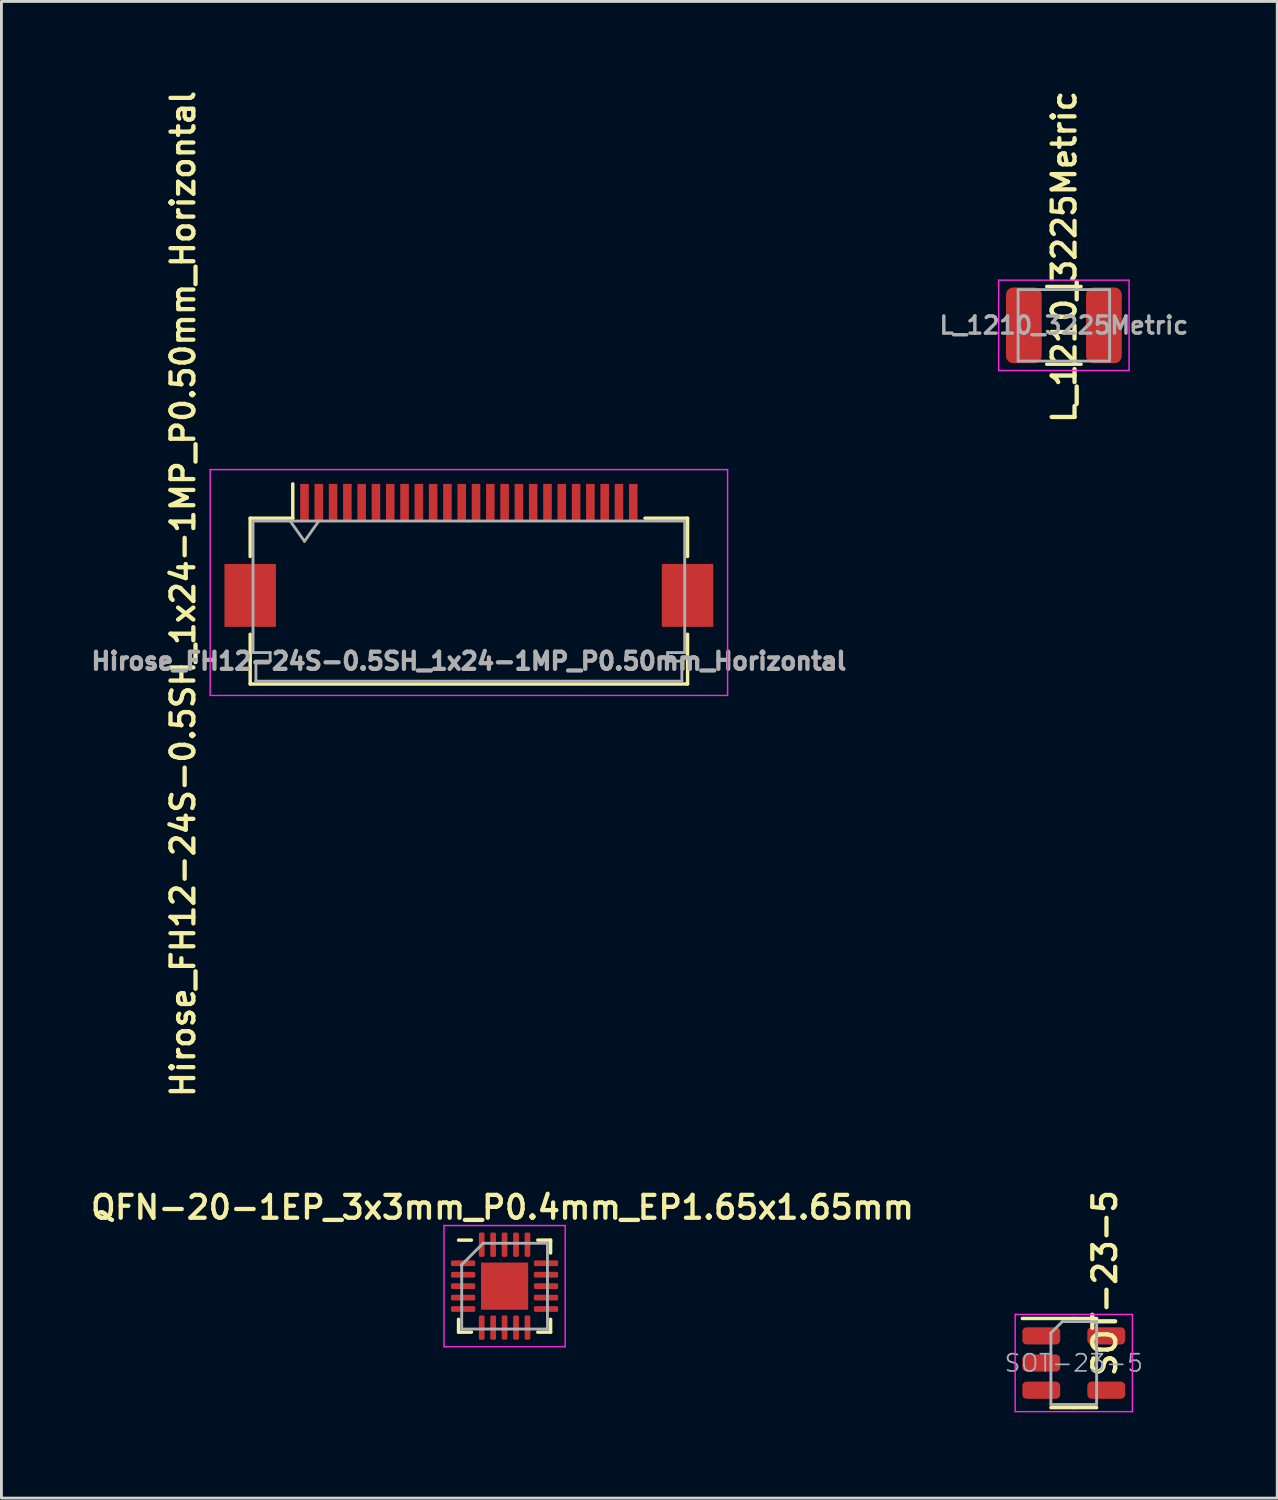
<source format=kicad_pcb>
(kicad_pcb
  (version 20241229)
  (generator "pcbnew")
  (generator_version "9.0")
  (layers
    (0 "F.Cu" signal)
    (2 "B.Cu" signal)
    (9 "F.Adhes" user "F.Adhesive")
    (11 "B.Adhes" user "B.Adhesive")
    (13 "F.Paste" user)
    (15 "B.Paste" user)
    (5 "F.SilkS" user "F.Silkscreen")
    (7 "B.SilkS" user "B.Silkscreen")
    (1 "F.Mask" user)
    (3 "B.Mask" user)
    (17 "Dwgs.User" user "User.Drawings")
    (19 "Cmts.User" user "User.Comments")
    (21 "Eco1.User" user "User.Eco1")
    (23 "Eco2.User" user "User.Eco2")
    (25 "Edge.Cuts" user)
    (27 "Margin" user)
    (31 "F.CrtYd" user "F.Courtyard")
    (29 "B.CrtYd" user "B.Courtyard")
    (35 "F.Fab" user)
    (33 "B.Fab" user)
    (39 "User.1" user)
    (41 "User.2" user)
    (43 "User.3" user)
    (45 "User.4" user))
  (footprint "Hirose_FH12-24S-0.5SH_1x24-1MP_P0.50mm_Horizontal"
    (layer "F.Cu")
    (at 13.351 16.376)
    (property "Reference" "Hirose_FH12-24S-0.5SH_1x24-1MP_P0.50mm_Horizontal" (at -10 1.35 270) (layer "F.SilkS") (effects (font (size 0.8 0.8) (thickness 0.15))))
    (attr smd)
    (fp_line (start -7.65 -1.3) (end -7.65 0.04) (stroke (width 0.12) (type solid)) (layer "F.SilkS"))
    (fp_line (start -7.65 2.76) (end -7.65 4.5) (stroke (width 0.12) (type solid)) (layer "F.SilkS"))
    (fp_line (start -7.65 4.5) (end 7.65 4.5) (stroke (width 0.12) (type solid)) (layer "F.SilkS"))
    (fp_line (start -6.16 -1.3) (end -7.65 -1.3) (stroke (width 0.12) (type solid)) (layer "F.SilkS"))
    (fp_line (start -6.16 -1.3) (end -6.16 -2.5) (stroke (width 0.12) (type solid)) (layer "F.SilkS"))
    (fp_line (start 6.16 -1.3) (end 7.65 -1.3) (stroke (width 0.12) (type solid)) (layer "F.SilkS"))
    (fp_line (start 7.65 -1.3) (end 7.65 0.04) (stroke (width 0.12) (type solid)) (layer "F.SilkS"))
    (fp_line (start 7.65 4.5) (end 7.65 2.76) (stroke (width 0.12) (type solid)) (layer "F.SilkS"))
    (fp_line (start -9.05 -3) (end -9.05 4.9) (stroke (width 0.05) (type solid)) (layer "F.CrtYd"))
    (fp_line (start -9.05 4.9) (end 9.05 4.9) (stroke (width 0.05) (type solid)) (layer "F.CrtYd"))
    (fp_line (start 9.05 -3) (end -9.05 -3) (stroke (width 0.05) (type solid)) (layer "F.CrtYd"))
    (fp_line (start 9.05 4.9) (end 9.05 -3) (stroke (width 0.05) (type solid)) (layer "F.CrtYd"))
    (fp_line (start -7.55 -1.2) (end -7.55 3.4) (stroke (width 0.1) (type solid)) (layer "F.Fab"))
    (fp_line (start -7.55 3.4) (end -6.95 3.4) (stroke (width 0.1) (type solid)) (layer "F.Fab"))
    (fp_line (start -7.45 3.7) (end -7.45 4.4) (stroke (width 0.1) (type solid)) (layer "F.Fab"))
    (fp_line (start -7.45 4.4) (end 0 4.4) (stroke (width 0.1) (type solid)) (layer "F.Fab"))
    (fp_line (start -6.95 3.4) (end -6.95 3.7) (stroke (width 0.1) (type solid)) (layer "F.Fab"))
    (fp_line (start -6.95 3.7) (end -7.45 3.7) (stroke (width 0.1) (type solid)) (layer "F.Fab"))
    (fp_line (start -6.25 -1.2) (end -5.75 -0.493) (stroke (width 0.1) (type solid)) (layer "F.Fab"))
    (fp_line (start -5.75 -0.493) (end -5.25 -1.2) (stroke (width 0.1) (type solid)) (layer "F.Fab"))
    (fp_line (start 0 -1.2) (end -7.55 -1.2) (stroke (width 0.1) (type solid)) (layer "F.Fab"))
    (fp_line (start 0 -1.2) (end 7.55 -1.2) (stroke (width 0.1) (type solid)) (layer "F.Fab"))
    (fp_line (start 6.95 3.4) (end 6.95 3.7) (stroke (width 0.1) (type solid)) (layer "F.Fab"))
    (fp_line (start 6.95 3.7) (end 7.45 3.7) (stroke (width 0.1) (type solid)) (layer "F.Fab"))
    (fp_line (start 7.45 3.7) (end 7.45 4.4) (stroke (width 0.1) (type solid)) (layer "F.Fab"))
    (fp_line (start 7.45 4.4) (end 0 4.4) (stroke (width 0.1) (type solid)) (layer "F.Fab"))
    (fp_line (start 7.55 -1.2) (end 7.55 3.4) (stroke (width 0.1) (type solid)) (layer "F.Fab"))
    (fp_line (start 7.55 3.4) (end 6.95 3.4) (stroke (width 0.1) (type solid)) (layer "F.Fab"))
    (fp_text user "${REFERENCE}" (at 0 3.7 0) (unlocked yes) (layer "F.Fab") (effects (font (size 0.6 0.6) (thickness 0.15))))
    (pad "1" smd rect (at -5.75 -1.85) (size 0.3 1.3) (layers "F.Cu" "F.Mask" "F.Paste"))
    (pad "2" smd rect (at -5.25 -1.85) (size 0.3 1.3) (layers "F.Cu" "F.Mask" "F.Paste"))
    (pad "3" smd rect (at -4.75 -1.85) (size 0.3 1.3) (layers "F.Cu" "F.Mask" "F.Paste"))
    (pad "4" smd rect (at -4.25 -1.85) (size 0.3 1.3) (layers "F.Cu" "F.Mask" "F.Paste"))
    (pad "5" smd rect (at -3.75 -1.85) (size 0.3 1.3) (layers "F.Cu" "F.Mask" "F.Paste"))
    (pad "6" smd rect (at -3.25 -1.85) (size 0.3 1.3) (layers "F.Cu" "F.Mask" "F.Paste"))
    (pad "7" smd rect (at -2.75 -1.85) (size 0.3 1.3) (layers "F.Cu" "F.Mask" "F.Paste"))
    (pad "8" smd rect (at -2.25 -1.85) (size 0.3 1.3) (layers "F.Cu" "F.Mask" "F.Paste"))
    (pad "9" smd rect (at -1.75 -1.85) (size 0.3 1.3) (layers "F.Cu" "F.Mask" "F.Paste"))
    (pad "10" smd rect (at -1.25 -1.85) (size 0.3 1.3) (layers "F.Cu" "F.Mask" "F.Paste"))
    (pad "11" smd rect (at -0.75 -1.85) (size 0.3 1.3) (layers "F.Cu" "F.Mask" "F.Paste"))
    (pad "12" smd rect (at -0.25 -1.85) (size 0.3 1.3) (layers "F.Cu" "F.Mask" "F.Paste"))
    (pad "13" smd rect (at 0.25 -1.85) (size 0.3 1.3) (layers "F.Cu" "F.Mask" "F.Paste"))
    (pad "14" smd rect (at 0.75 -1.85) (size 0.3 1.3) (layers "F.Cu" "F.Mask" "F.Paste"))
    (pad "15" smd rect (at 1.25 -1.85) (size 0.3 1.3) (layers "F.Cu" "F.Mask" "F.Paste"))
    (pad "16" smd rect (at 1.75 -1.85) (size 0.3 1.3) (layers "F.Cu" "F.Mask" "F.Paste"))
    (pad "17" smd rect (at 2.25 -1.85) (size 0.3 1.3) (layers "F.Cu" "F.Mask" "F.Paste"))
    (pad "18" smd rect (at 2.75 -1.85) (size 0.3 1.3) (layers "F.Cu" "F.Mask" "F.Paste"))
    (pad "19" smd rect (at 3.25 -1.85) (size 0.3 1.3) (layers "F.Cu" "F.Mask" "F.Paste"))
    (pad "20" smd rect (at 3.75 -1.85) (size 0.3 1.3) (layers "F.Cu" "F.Mask" "F.Paste"))
    (pad "21" smd rect (at 4.25 -1.85) (size 0.3 1.3) (layers "F.Cu" "F.Mask" "F.Paste"))
    (pad "22" smd rect (at 4.75 -1.85) (size 0.3 1.3) (layers "F.Cu" "F.Mask" "F.Paste"))
    (pad "23" smd rect (at 5.25 -1.85) (size 0.3 1.3) (layers "F.Cu" "F.Mask" "F.Paste"))
    (pad "24" smd rect (at 5.75 -1.85) (size 0.3 1.3) (layers "F.Cu" "F.Mask" "F.Paste"))
    (pad "MP" smd rect (at -7.65 1.4) (size 1.8 2.2) (layers "F.Cu" "F.Mask" "F.Paste"))
    (pad "MP" smd rect (at 7.65 1.4) (size 1.8 2.2) (layers "F.Cu" "F.Mask" "F.Paste")))
  (footprint "L_1210_3225Metric"
    (layer "F.Cu")
    (at 34.164 8.33)
    (property "Reference" "L_1210_3225Metric" (at 0.01 -2.395 270) (layer "F.SilkS") (effects (font (size 0.8 0.8) (thickness 0.15))))
    (attr smd)
    (fp_line (start -0.602 -1.36) (end 0.602 -1.36) (stroke (width 0.12) (type solid)) (layer "F.SilkS"))
    (fp_line (start -0.602 1.36) (end 0.602 1.36) (stroke (width 0.12) (type solid)) (layer "F.SilkS"))
    (fp_line (start -2.28 -1.58) (end 2.28 -1.58) (stroke (width 0.05) (type solid)) (layer "F.CrtYd"))
    (fp_line (start -2.28 1.58) (end -2.28 -1.58) (stroke (width 0.05) (type solid)) (layer "F.CrtYd"))
    (fp_line (start 2.28 -1.58) (end 2.28 1.58) (stroke (width 0.05) (type solid)) (layer "F.CrtYd"))
    (fp_line (start 2.28 1.58) (end -2.28 1.58) (stroke (width 0.05) (type solid)) (layer "F.CrtYd"))
    (fp_line (start -1.6 -1.25) (end 1.6 -1.25) (stroke (width 0.1) (type solid)) (layer "F.Fab"))
    (fp_line (start -1.6 1.25) (end -1.6 -1.25) (stroke (width 0.1) (type solid)) (layer "F.Fab"))
    (fp_line (start 1.6 -1.25) (end 1.6 1.25) (stroke (width 0.1) (type solid)) (layer "F.Fab"))
    (fp_line (start 1.6 1.25) (end -1.6 1.25) (stroke (width 0.1) (type solid)) (layer "F.Fab"))
    (fp_text user "${REFERENCE}" (at 0 0 0) (unlocked yes) (layer "F.Fab") (effects (font (size 0.6 0.6) (thickness 0.12))))
    (pad "1" smd roundrect (at -1.4 0 180) (size 1.25 2.65) (layers "F.Cu" "F.Mask" "F.Paste") (roundrect_rratio 0.2))
    (pad "2" smd roundrect (at 1.4 0 180) (size 1.25 2.65) (layers "F.Cu" "F.Mask" "F.Paste") (roundrect_rratio 0.2)))
  (footprint "SOT-23-5"
    (layer "F.Cu")
    (at 34.51 44.629)
    (property "Reference" "SOT-23-5" (at 1.086 -2.794 270) (layer "F.SilkS") (effects (font (size 0.8 0.8) (thickness 0.15))))
    (attr smd)
    (fp_line (start 0 -1.56) (end -1.8 -1.56) (stroke (width 0.12) (type solid)) (layer "F.SilkS"))
    (fp_line (start 0 -1.56) (end 0.8 -1.56) (stroke (width 0.12) (type solid)) (layer "F.SilkS"))
    (fp_line (start 0 1.56) (end -0.8 1.56) (stroke (width 0.12) (type solid)) (layer "F.SilkS"))
    (fp_line (start 0 1.56) (end 0.8 1.56) (stroke (width 0.12) (type solid)) (layer "F.SilkS"))
    (fp_line (start -2.05 -1.7) (end -2.05 1.7) (stroke (width 0.05) (type solid)) (layer "F.CrtYd"))
    (fp_line (start -2.05 1.7) (end 2.05 1.7) (stroke (width 0.05) (type solid)) (layer "F.CrtYd"))
    (fp_line (start 2.05 -1.7) (end -2.05 -1.7) (stroke (width 0.05) (type solid)) (layer "F.CrtYd"))
    (fp_line (start 2.05 1.7) (end 2.05 -1.7) (stroke (width 0.05) (type solid)) (layer "F.CrtYd"))
    (fp_line (start -0.8 -1.05) (end -0.4 -1.45) (stroke (width 0.1) (type solid)) (layer "F.Fab"))
    (fp_line (start -0.8 1.45) (end -0.8 -1.05) (stroke (width 0.1) (type solid)) (layer "F.Fab"))
    (fp_line (start -0.4 -1.45) (end 0.8 -1.45) (stroke (width 0.1) (type solid)) (layer "F.Fab"))
    (fp_line (start 0.8 -1.45) (end 0.8 1.45) (stroke (width 0.1) (type solid)) (layer "F.Fab"))
    (fp_line (start 0.8 1.45) (end -0.8 1.45) (stroke (width 0.1) (type solid)) (layer "F.Fab"))
    (fp_text user "${REFERENCE}" (at 0 0 0) (unlocked yes) (layer "F.Fab") (effects (font (size 0.6 0.6) (thickness 0.06))))
    (pad "1" smd roundrect (at -1.137 -0.95 180) (size 1.325 0.6) (layers "F.Cu" "F.Mask" "F.Paste") (roundrect_rratio 0.25))
    (pad "2" smd roundrect (at -1.137 0 180) (size 1.325 0.6) (layers "F.Cu" "F.Mask" "F.Paste") (roundrect_rratio 0.25))
    (pad "3" smd roundrect (at -1.137 0.95 180) (size 1.325 0.6) (layers "F.Cu" "F.Mask" "F.Paste") (roundrect_rratio 0.25))
    (pad "4" smd roundrect (at 1.137 0.95 180) (size 1.325 0.6) (layers "F.Cu" "F.Mask" "F.Paste") (roundrect_rratio 0.25))
    (pad "5" smd roundrect (at 1.137 -0.95 180) (size 1.325 0.6) (layers "F.Cu" "F.Mask" "F.Paste") (roundrect_rratio 0.25)))
  (footprint "QFN-20-1EP_3x3mm_P0.4mm_EP1.65x1.65mm"
    (layer "F.Cu")
    (at 14.6 41.939)
    (property "Reference" "QFN-20-1EP_3x3mm_P0.4mm_EP1.65x1.65mm" (at -0.074 -2.756 180) (layer "F.SilkS") (effects (font (size 0.8 0.8) (thickness 0.15))))
    (attr smd)
    (fp_line (start -1.61 -1.61) (end -1.16 -1.61) (stroke (width 0.12) (type solid)) (layer "F.SilkS"))
    (fp_line (start -1.61 1.16) (end -1.61 1.61) (stroke (width 0.12) (type solid)) (layer "F.SilkS"))
    (fp_line (start -1.61 1.61) (end -1.16 1.61) (stroke (width 0.12) (type solid)) (layer "F.SilkS"))
    (fp_line (start 1.61 -1.61) (end 1.16 -1.61) (stroke (width 0.12) (type solid)) (layer "F.SilkS"))
    (fp_line (start 1.61 -1.16) (end 1.61 -1.61) (stroke (width 0.12) (type solid)) (layer "F.SilkS"))
    (fp_line (start 1.61 1.16) (end 1.61 1.61) (stroke (width 0.12) (type solid)) (layer "F.SilkS"))
    (fp_line (start 1.61 1.61) (end 1.16 1.61) (stroke (width 0.12) (type solid)) (layer "F.SilkS"))
    (fp_line (start -2.12 -2.12) (end 2.12 -2.12) (stroke (width 0.05) (type solid)) (layer "F.CrtYd"))
    (fp_line (start -2.12 2.12) (end -2.12 -2.12) (stroke (width 0.05) (type solid)) (layer "F.CrtYd"))
    (fp_line (start 2.12 -2.12) (end 2.12 2.12) (stroke (width 0.05) (type solid)) (layer "F.CrtYd"))
    (fp_line (start 2.12 2.12) (end -2.12 2.12) (stroke (width 0.05) (type solid)) (layer "F.CrtYd"))
    (fp_line (start -1.5 -0.75) (end -1.5 1.5) (stroke (width 0.1) (type solid)) (layer "F.Fab"))
    (fp_line (start -1.5 1.5) (end 1.5 1.5) (stroke (width 0.1) (type solid)) (layer "F.Fab"))
    (fp_line (start -0.75 -1.5) (end -1.5 -0.75) (stroke (width 0.1) (type solid)) (layer "F.Fab"))
    (fp_line (start 1.5 -1.5) (end -0.75 -1.5) (stroke (width 0.1) (type solid)) (layer "F.Fab"))
    (fp_line (start 1.5 1.5) (end 1.5 -1.5) (stroke (width 0.1) (type solid)) (layer "F.Fab"))
    (pad "" smd roundrect (at -0.41 -0.41) (size 0.67 0.67) (layers "F.Paste") (roundrect_rratio 0.25))
    (pad "" smd roundrect (at -0.41 0.41) (size 0.67 0.67) (layers "F.Paste") (roundrect_rratio 0.25))
    (pad "" smd roundrect (at 0.41 -0.41) (size 0.67 0.67) (layers "F.Paste") (roundrect_rratio 0.25))
    (pad "" smd roundrect (at 0.41 0.41) (size 0.67 0.67) (layers "F.Paste") (roundrect_rratio 0.25))
    (pad "1" smd roundrect (at -1.45 -0.8) (size 0.85 0.2) (layers "F.Cu" "F.Mask" "F.Paste") (roundrect_rratio 0.25))
    (pad "2" smd roundrect (at -1.45 -0.4) (size 0.85 0.2) (layers "F.Cu" "F.Mask" "F.Paste") (roundrect_rratio 0.25))
    (pad "3" smd roundrect (at -1.45 0) (size 0.85 0.2) (layers "F.Cu" "F.Mask" "F.Paste") (roundrect_rratio 0.25))
    (pad "4" smd roundrect (at -1.45 0.4) (size 0.85 0.2) (layers "F.Cu" "F.Mask" "F.Paste") (roundrect_rratio 0.25))
    (pad "5" smd roundrect (at -1.45 0.8) (size 0.85 0.2) (layers "F.Cu" "F.Mask" "F.Paste") (roundrect_rratio 0.25))
    (pad "6" smd roundrect (at -0.8 1.45) (size 0.2 0.85) (layers "F.Cu" "F.Mask" "F.Paste") (roundrect_rratio 0.25))
    (pad "7" smd roundrect (at -0.4 1.45) (size 0.2 0.85) (layers "F.Cu" "F.Mask" "F.Paste") (roundrect_rratio 0.25))
    (pad "8" smd roundrect (at 0 1.45) (size 0.2 0.85) (layers "F.Cu" "F.Mask" "F.Paste") (roundrect_rratio 0.25))
    (pad "9" smd roundrect (at 0.4 1.45) (size 0.2 0.85) (layers "F.Cu" "F.Mask" "F.Paste") (roundrect_rratio 0.25))
    (pad "10" smd roundrect (at 0.8 1.45) (size 0.2 0.85) (layers "F.Cu" "F.Mask" "F.Paste") (roundrect_rratio 0.25))
    (pad "11" smd roundrect (at 1.45 0.8) (size 0.85 0.2) (layers "F.Cu" "F.Mask" "F.Paste") (roundrect_rratio 0.25))
    (pad "12" smd roundrect (at 1.45 0.4) (size 0.85 0.2) (layers "F.Cu" "F.Mask" "F.Paste") (roundrect_rratio 0.25))
    (pad "13" smd roundrect (at 1.45 0) (size 0.85 0.2) (layers "F.Cu" "F.Mask" "F.Paste") (roundrect_rratio 0.25))
    (pad "14" smd roundrect (at 1.45 -0.4) (size 0.85 0.2) (layers "F.Cu" "F.Mask" "F.Paste") (roundrect_rratio 0.25))
    (pad "15" smd roundrect (at 1.45 -0.8) (size 0.85 0.2) (layers "F.Cu" "F.Mask" "F.Paste") (roundrect_rratio 0.25))
    (pad "16" smd roundrect (at 0.8 -1.45) (size 0.2 0.85) (layers "F.Cu" "F.Mask" "F.Paste") (roundrect_rratio 0.25))
    (pad "17" smd roundrect (at 0.4 -1.45) (size 0.2 0.85) (layers "F.Cu" "F.Mask" "F.Paste") (roundrect_rratio 0.25))
    (pad "18" smd roundrect (at 0 -1.45) (size 0.2 0.85) (layers "F.Cu" "F.Mask" "F.Paste") (roundrect_rratio 0.25))
    (pad "19" smd roundrect (at -0.4 -1.45) (size 0.2 0.85) (layers "F.Cu" "F.Mask" "F.Paste") (roundrect_rratio 0.25))
    (pad "20" smd roundrect (at -0.8 -1.45) (size 0.2 0.85) (layers "F.Cu" "F.Mask" "F.Paste") (roundrect_rratio 0.25))
    (pad "21" smd rect (at 0 0) (size 1.65 1.65) (layers "F.Cu" "F.Mask")))
  (gr_rect
    (start -3 -3)
    (end 41.627 49.354)
    (stroke (width 0.1) (type default))
    (fill no)
    (layer "Edge.Cuts")))
</source>
